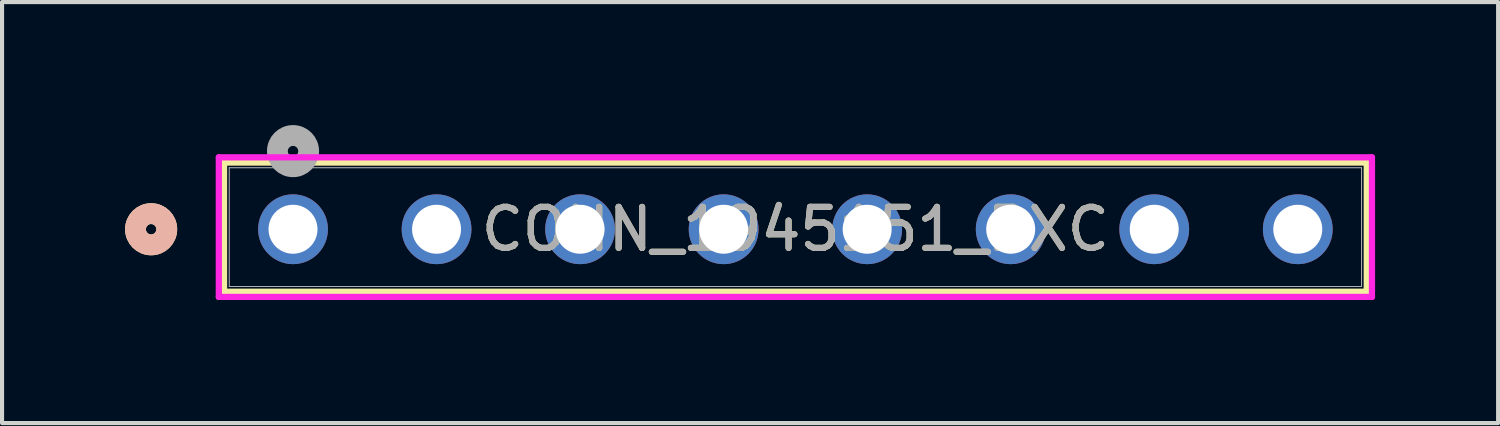
<source format=kicad_pcb>
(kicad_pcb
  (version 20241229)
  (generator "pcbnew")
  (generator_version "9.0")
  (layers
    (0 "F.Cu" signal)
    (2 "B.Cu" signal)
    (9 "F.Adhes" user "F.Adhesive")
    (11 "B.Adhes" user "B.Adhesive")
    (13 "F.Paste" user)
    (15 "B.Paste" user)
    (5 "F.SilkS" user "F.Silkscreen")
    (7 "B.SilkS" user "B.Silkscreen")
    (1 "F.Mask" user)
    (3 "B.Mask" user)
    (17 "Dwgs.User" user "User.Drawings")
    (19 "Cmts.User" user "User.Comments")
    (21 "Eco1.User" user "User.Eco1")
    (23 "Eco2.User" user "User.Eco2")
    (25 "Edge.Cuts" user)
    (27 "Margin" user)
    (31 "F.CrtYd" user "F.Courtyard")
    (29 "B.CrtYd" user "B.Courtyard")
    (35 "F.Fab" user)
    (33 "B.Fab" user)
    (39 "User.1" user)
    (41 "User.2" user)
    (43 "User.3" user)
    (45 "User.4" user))
  (footprint "CONN_1945151_PXC"
    (layer "F.Cu")
    (at 4.095 2.54)
    (property "Reference" "CONN_1945151_PXC" (at 12.25 0 0) (unlocked yes) (layer "F.SilkS") (effects (font (size 1 1) (thickness 0.15))))
    (attr through_hole)
    (fp_line (start -1.682 -1.627) (end -1.682 1.523) (stroke (width 0.152) (type solid)) (layer "F.SilkS"))
    (fp_line (start -1.682 1.523) (end 26.182 1.523) (stroke (width 0.152) (type solid)) (layer "F.SilkS"))
    (fp_line (start 26.182 -1.627) (end -1.682 -1.627) (stroke (width 0.152) (type solid)) (layer "F.SilkS"))
    (fp_line (start 26.182 1.523) (end 26.182 -1.627) (stroke (width 0.152) (type solid)) (layer "F.SilkS"))
    (fp_circle (center -3.46 0) (end -3.079 0) (stroke (width 0.508) (type solid)) (fill no) (layer "F.SilkS"))
    (fp_circle (center -3.46 0) (end -3.079 0) (stroke (width 0.508) (type solid)) (fill no) (layer "B.SilkS"))
    (fp_line (start -1.809 -1.754) (end -1.809 1.65) (stroke (width 0.152) (type solid)) (layer "F.CrtYd"))
    (fp_line (start -1.809 1.65) (end 26.309 1.65) (stroke (width 0.152) (type solid)) (layer "F.CrtYd"))
    (fp_line (start 26.309 -1.754) (end -1.809 -1.754) (stroke (width 0.152) (type solid)) (layer "F.CrtYd"))
    (fp_line (start 26.309 1.65) (end 26.309 -1.754) (stroke (width 0.152) (type solid)) (layer "F.CrtYd"))
    (fp_line (start -1.555 -1.5) (end -1.555 1.396) (stroke (width 0.025) (type solid)) (layer "F.Fab"))
    (fp_line (start -1.555 1.396) (end 26.055 1.396) (stroke (width 0.025) (type solid)) (layer "F.Fab"))
    (fp_line (start 26.055 -1.5) (end -1.555 -1.5) (stroke (width 0.025) (type solid)) (layer "F.Fab"))
    (fp_line (start 26.055 1.396) (end 26.055 -1.5) (stroke (width 0.025) (type solid)) (layer "F.Fab"))
    (fp_circle (center 0 -1.905) (end 0.381 -1.905) (stroke (width 0.508) (type solid)) (fill no) (layer "F.Fab"))
    (fp_text user "${REFERENCE}" (at 12.25 0 0) (unlocked yes) (layer "F.Fab") (effects (font (size 1 1) (thickness 0.15))))
    (pad "1" thru_hole circle (at 0 0) (size 1.702 1.702) (drill 1.194) (layers "*.Cu" "*.Mask"))
    (pad "2" thru_hole circle (at 3.5 0) (size 1.702 1.702) (drill 1.194) (layers "*.Cu" "*.Mask"))
    (pad "3" thru_hole circle (at 7 0) (size 1.702 1.702) (drill 1.194) (layers "*.Cu" "*.Mask"))
    (pad "4" thru_hole circle (at 10.5 0) (size 1.702 1.702) (drill 1.194) (layers "*.Cu" "*.Mask"))
    (pad "5" thru_hole circle (at 14 0) (size 1.702 1.702) (drill 1.194) (layers "*.Cu" "*.Mask"))
    (pad "6" thru_hole circle (at 17.5 0) (size 1.702 1.702) (drill 1.194) (layers "*.Cu" "*.Mask"))
    (pad "7" thru_hole circle (at 21 0) (size 1.702 1.702) (drill 1.194) (layers "*.Cu" "*.Mask"))
    (pad "8" thru_hole circle (at 24.5 0) (size 1.702 1.702) (drill 1.194) (layers "*.Cu" "*.Mask")))
  (gr_rect
    (start -3 -3)
    (end 33.48 7.266)
    (stroke (width 0.1) (type default))
    (fill no)
    (layer "Edge.Cuts")))
</source>
